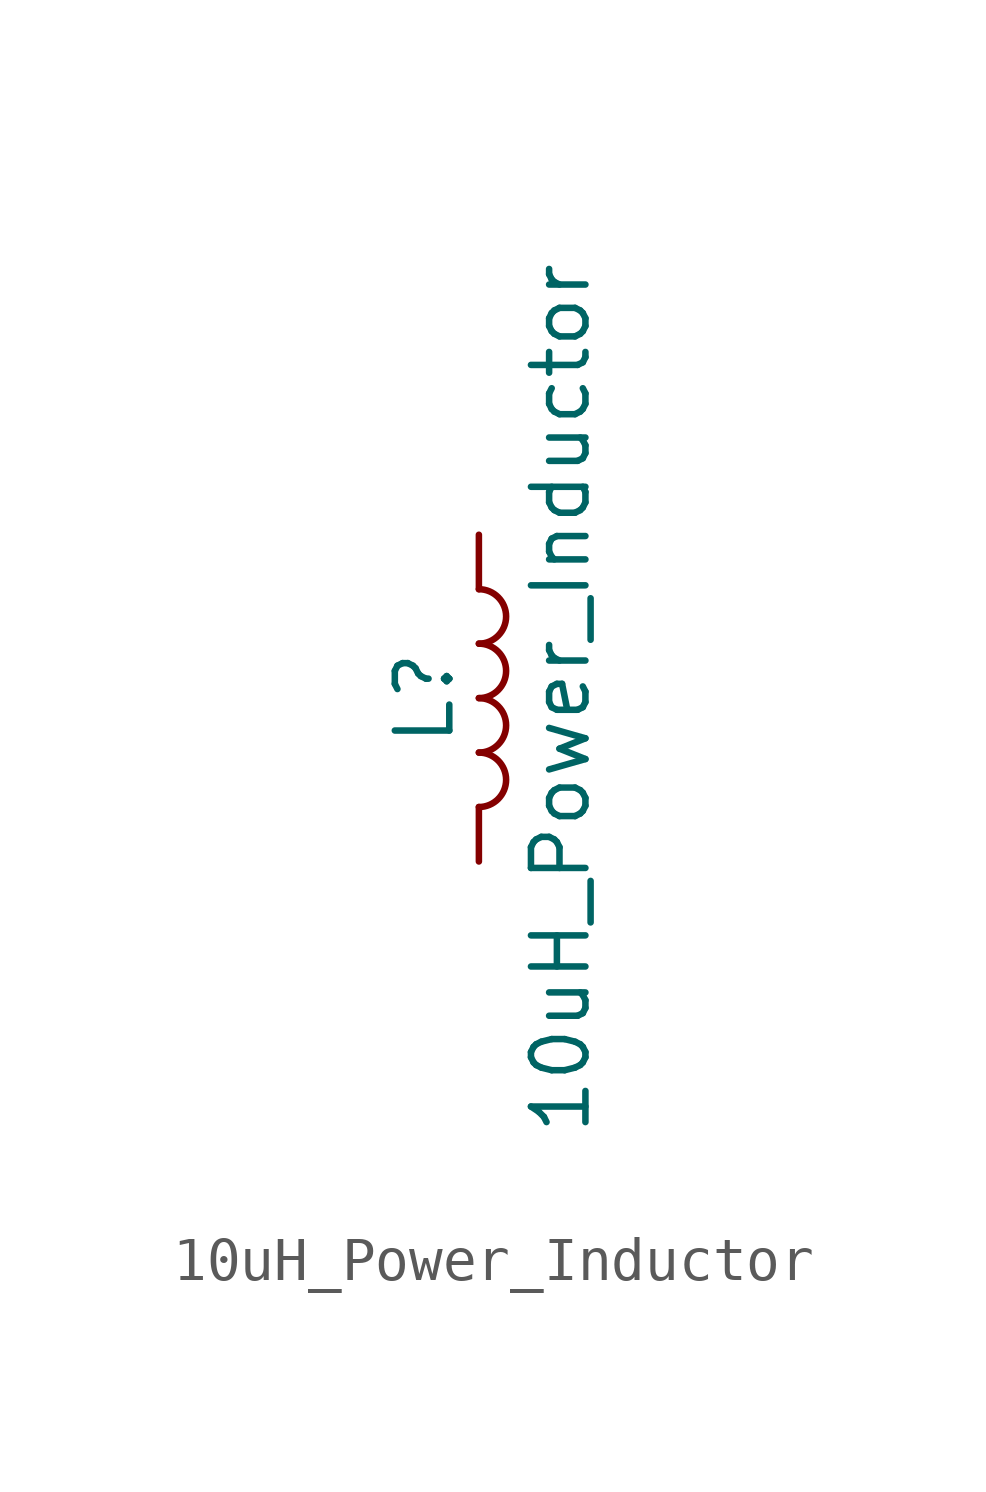
<source format=kicad_sym>
(kicad_symbol_lib
  (version 20220914)
  (generator kicad_symbol_editor)
  (symbol "10uH_Power_Inductor"
    (pin_numbers hide)
    (pin_names
      (offset 1.016) hide)
    (property "Reference" "L"
      (at -1.27 0 90)
      (effects (font (size 1.27 1.27))))
    (property "Value" "10uH_Power_Inductor"
      (at 1.905 0 90)
      (effects (font (size 1.27 1.27))))
    (symbol "10uH_Power_Inductor_0_1"
      (arc (start 0 -2.54) (mid 0.6323 -1.905) (end 0 -1.27) (stroke (width 0) (type default)) (fill (type none)))
      (arc (start 0 -1.27) (mid 0.6323 -0.635) (end 0 0) (stroke (width 0) (type default)) (fill (type none)))
      (arc (start 0 0) (mid 0.6323 0.635) (end 0 1.27) (stroke (width 0) (type default)) (fill (type none)))
      (arc (start 0 1.27) (mid 0.6323 1.905) (end 0 2.54) (stroke (width 0) (type default)) (fill (type none))))
    (symbol "10uH_Power_Inductor_1_1"
      (pin passive line (at 0 3.81 270) (length 1.27) (name "1" (effects (font (size 1.27 1.27)))) (number "1" (effects (font (size 1.27 1.27)))))
      (pin passive line (at 0 -3.81 90) (length 1.27) (name "2" (effects (font (size 1.27 1.27)))) (number "2" (effects (font (size 1.27 1.27))))))))
</source>
